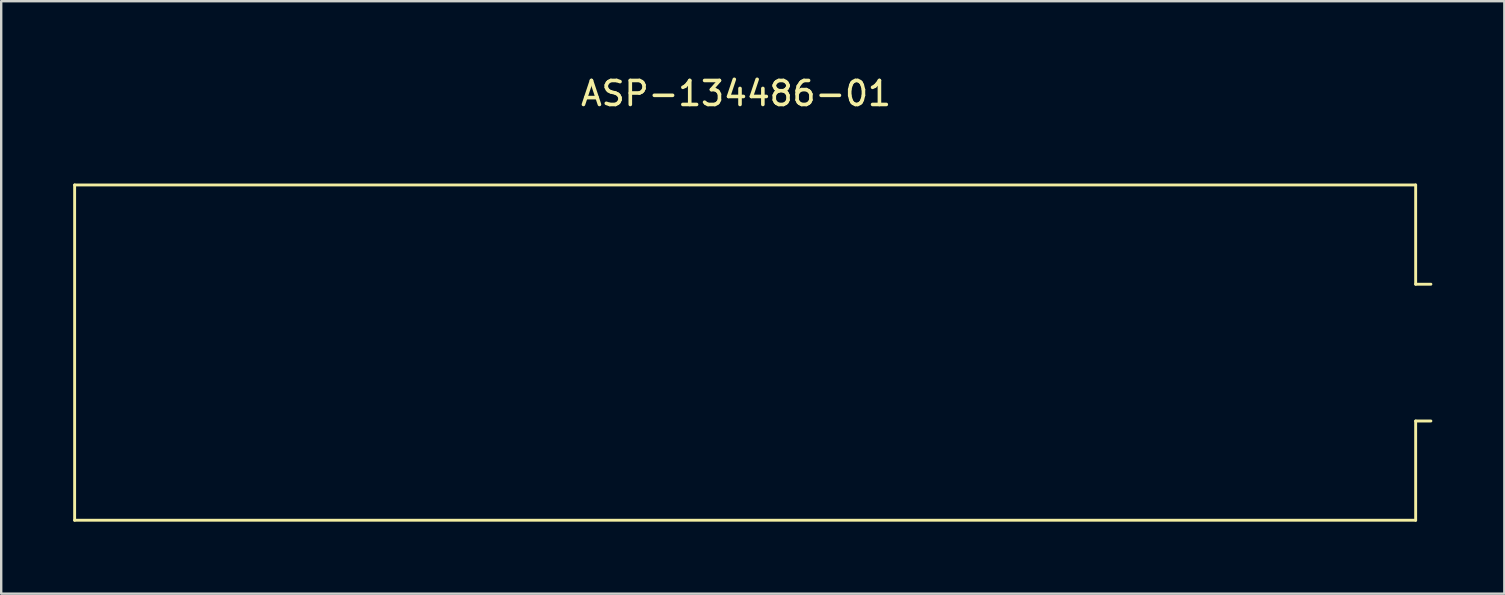
<source format=kicad_pcb>
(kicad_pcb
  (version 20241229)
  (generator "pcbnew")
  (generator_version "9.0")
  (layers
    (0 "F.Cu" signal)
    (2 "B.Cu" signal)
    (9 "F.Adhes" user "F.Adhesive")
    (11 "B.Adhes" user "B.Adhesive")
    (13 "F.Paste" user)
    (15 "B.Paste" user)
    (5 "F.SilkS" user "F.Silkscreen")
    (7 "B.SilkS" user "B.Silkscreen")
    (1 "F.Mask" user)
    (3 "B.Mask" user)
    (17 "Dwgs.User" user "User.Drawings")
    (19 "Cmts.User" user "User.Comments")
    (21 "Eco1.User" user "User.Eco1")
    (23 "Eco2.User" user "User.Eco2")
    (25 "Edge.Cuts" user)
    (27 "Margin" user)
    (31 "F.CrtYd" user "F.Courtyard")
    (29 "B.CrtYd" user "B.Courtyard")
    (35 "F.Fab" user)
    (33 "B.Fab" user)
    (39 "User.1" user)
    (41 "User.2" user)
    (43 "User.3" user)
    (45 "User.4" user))
  (footprint "ASP-134486-01 "
    (layer "F.Cu")
    (at 28 11.643)
    (property "Reference" "ASP-134486-01 " (at 0 -10.795 0) (layer "F.SilkS") (effects (font (size 1 1) (thickness 0.15))))
    (attr through_hole)
    (fp_line (start -27.94 -6.985) (end -27.94 6.985) (stroke (width 0.12) (type solid)) (layer "F.SilkS"))
    (fp_line (start -27.94 -6.985) (end 27.94 -6.985) (stroke (width 0.12) (type solid)) (layer "F.SilkS"))
    (fp_line (start 27.94 -2.85) (end 27.94 -6.985) (stroke (width 0.12) (type solid)) (layer "F.SilkS"))
    (fp_line (start 27.94 6.985) (end -27.94 6.985) (stroke (width 0.12) (type solid)) (layer "F.SilkS"))
    (fp_line (start 27.94 6.985) (end 27.94 2.85) (stroke (width 0.12) (type solid)) (layer "F.SilkS"))
    (fp_line (start 28.575 -2.85) (end 27.94 -2.85) (stroke (width 0.12) (type solid)) (layer "F.SilkS"))
    (fp_line (start 28.575 2.85) (end 27.94 2.85) (stroke (width 0.12) (type solid)) (layer "F.SilkS")))
  (gr_rect
    (start -3 -3)
    (end 59.635 21.688)
    (stroke (width 0.1) (type default))
    (fill no)
    (layer "Edge.Cuts")))
</source>
